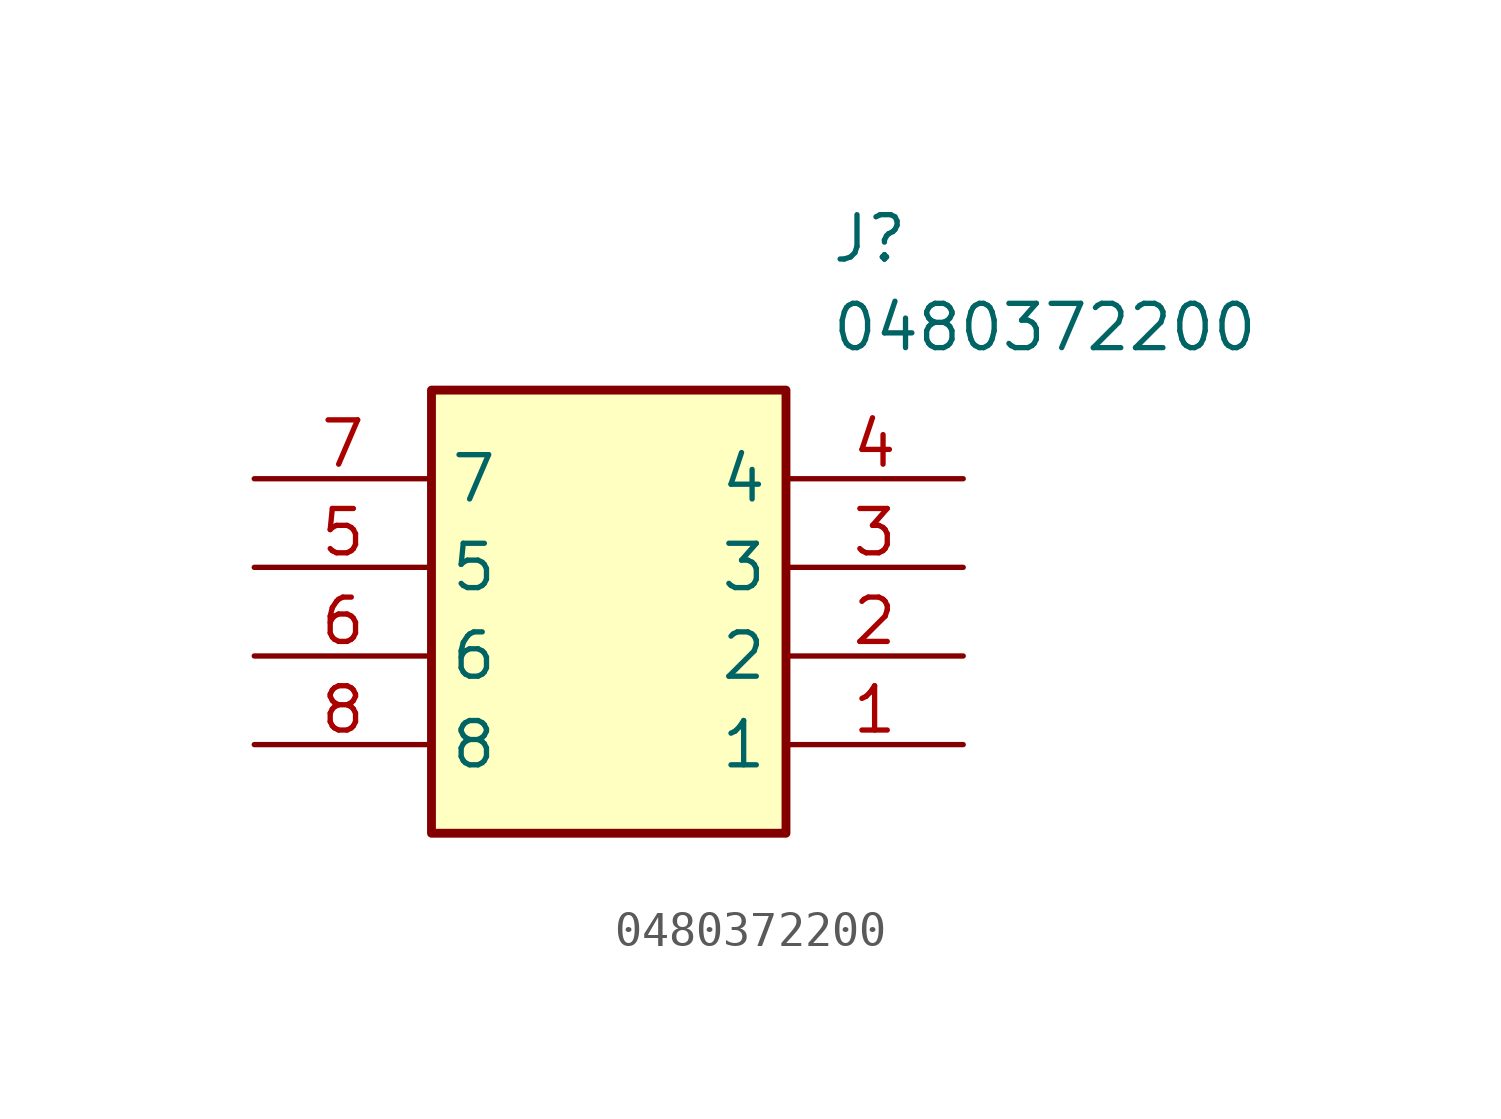
<source format=kicad_sym>
(kicad_symbol_lib
  (version 20220914)
  (generator kicad_symbol_editor)
  (symbol "0480372200"
    (property "Reference" "J"
      (at 16.51 7.62 0)
      (effects (font (size 1.27 1.27)) (justify left top)))
    (property "Value" "0480372200"
      (at 16.51 5.08 0)
      (effects (font (size 1.27 1.27)) (justify left top)))
    (symbol "0480372200_1_1"
      (rectangle (start 5.08 2.54) (end 15.24 -10.16) (stroke (width 0.254) (type default)) (fill (type background)))
      (pin passive line (at 20.32 -7.62 180) (length 5.08) (name "1" (effects (font (size 1.27 1.27)))) (number "1" (effects (font (size 1.27 1.27)))))
      (pin passive line (at 20.32 -5.08 180) (length 5.08) (name "2" (effects (font (size 1.27 1.27)))) (number "2" (effects (font (size 1.27 1.27)))))
      (pin passive line (at 20.32 -2.54 180) (length 5.08) (name "3" (effects (font (size 1.27 1.27)))) (number "3" (effects (font (size 1.27 1.27)))))
      (pin passive line (at 20.32 0 180) (length 5.08) (name "4" (effects (font (size 1.27 1.27)))) (number "4" (effects (font (size 1.27 1.27)))))
      (pin passive line (at 0 -2.54 0) (length 5.08) (name "5" (effects (font (size 1.27 1.27)))) (number "5" (effects (font (size 1.27 1.27)))))
      (pin passive line (at 0 -5.08 0) (length 5.08) (name "6" (effects (font (size 1.27 1.27)))) (number "6" (effects (font (size 1.27 1.27)))))
      (pin passive line (at 0 0 0) (length 5.08) (name "7" (effects (font (size 1.27 1.27)))) (number "7" (effects (font (size 1.27 1.27)))))
      (pin passive line (at 0 -7.62 0) (length 5.08) (name "8" (effects (font (size 1.27 1.27)))) (number "8" (effects (font (size 1.27 1.27))))))))
</source>
